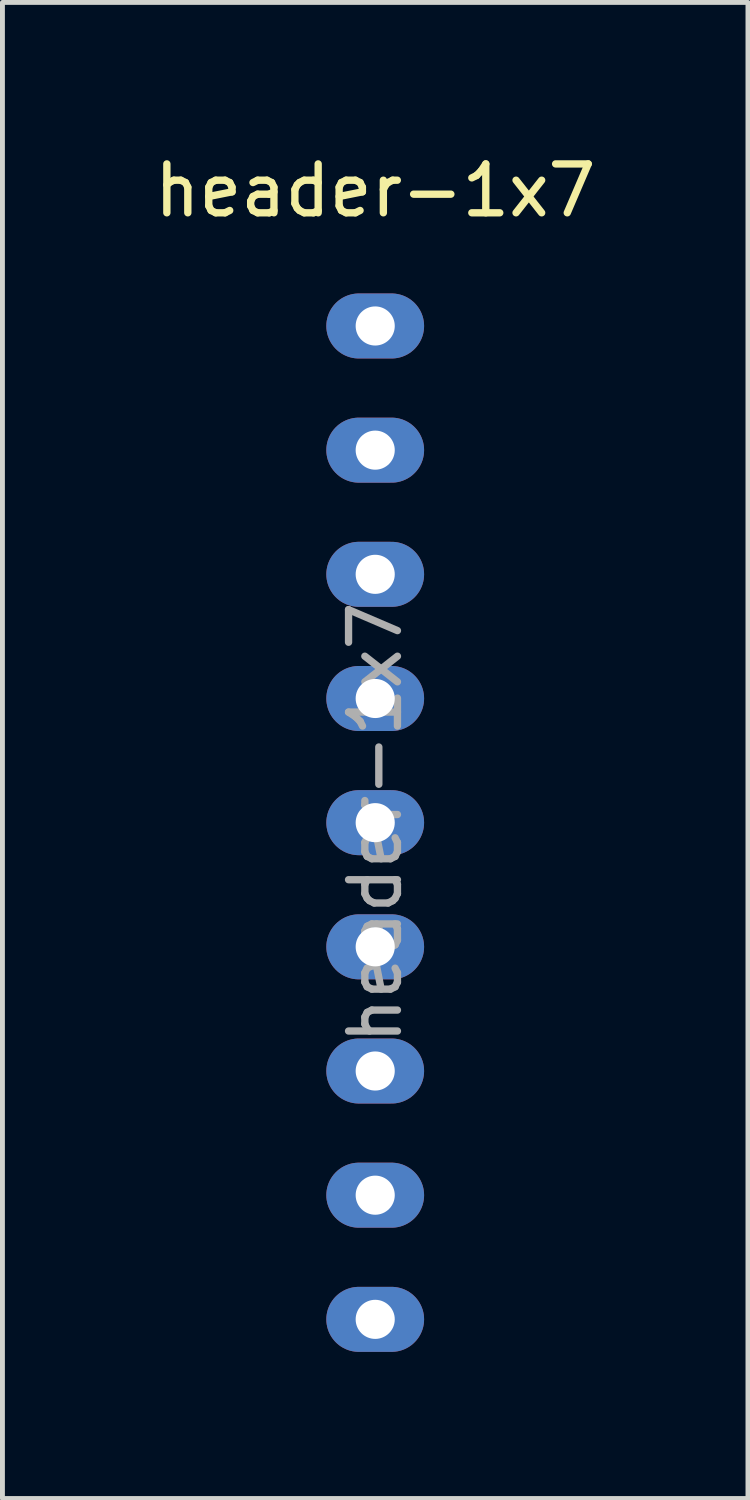
<source format=kicad_pcb>
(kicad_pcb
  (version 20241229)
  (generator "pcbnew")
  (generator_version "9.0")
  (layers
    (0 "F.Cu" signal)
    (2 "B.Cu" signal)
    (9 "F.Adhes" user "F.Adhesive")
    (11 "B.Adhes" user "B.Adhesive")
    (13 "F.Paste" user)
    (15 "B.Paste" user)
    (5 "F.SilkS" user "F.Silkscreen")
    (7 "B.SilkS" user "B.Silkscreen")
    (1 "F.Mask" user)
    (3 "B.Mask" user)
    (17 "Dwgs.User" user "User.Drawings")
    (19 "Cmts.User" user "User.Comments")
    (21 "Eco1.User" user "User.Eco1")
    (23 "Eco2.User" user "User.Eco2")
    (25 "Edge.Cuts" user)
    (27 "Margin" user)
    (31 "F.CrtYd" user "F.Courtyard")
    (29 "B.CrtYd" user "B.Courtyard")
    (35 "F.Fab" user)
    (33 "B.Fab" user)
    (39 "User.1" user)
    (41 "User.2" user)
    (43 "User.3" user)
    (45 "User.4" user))
  (footprint "header-1x7"
    (layer "F.Cu")
    (at 4.625 3.618)
    (property "Reference" "header-1x7" (at 0 -2.77 0) (layer "F.SilkS") (effects (font (size 1 1) (thickness 0.15))))
    (attr through_hole)
    (fp_text user "${REFERENCE}" (at 0 10.16 90) (layer "F.Fab") (effects (font (size 1 1) (thickness 0.15))))
    (pad "1" thru_hole oval (at 0 0) (size 2 1.33) (drill 0.8) (layers "*.Cu" "*.Mask"))
    (pad "2" thru_hole oval (at 0 2.54) (size 2 1.33) (drill 0.8) (layers "*.Cu" "*.Mask"))
    (pad "3" thru_hole oval (at 0 5.08) (size 2 1.33) (drill 0.8) (layers "*.Cu" "*.Mask"))
    (pad "4" thru_hole oval (at 0 7.62) (size 2 1.33) (drill 0.8) (layers "*.Cu" "*.Mask"))
    (pad "5" thru_hole oval (at 0 10.16) (size 2 1.33) (drill 0.8) (layers "*.Cu" "*.Mask"))
    (pad "6" thru_hole oval (at 0 12.7) (size 2 1.33) (drill 0.8) (layers "*.Cu" "*.Mask"))
    (pad "7" thru_hole oval (at 0 15.24) (size 2 1.33) (drill 0.8) (layers "*.Cu" "*.Mask"))
    (pad "8" thru_hole oval (at 0 17.78) (size 2 1.33) (drill 0.8) (layers "*.Cu" "*.Mask"))
    (pad "9" thru_hole oval (at 0 20.32) (size 2 1.33) (drill 0.8) (layers "*.Cu" "*.Mask")))
  (gr_rect
    (start -3 -3)
    (end 12.25 27.603)
    (stroke (width 0.1) (type default))
    (fill no)
    (layer "Edge.Cuts")))
</source>
